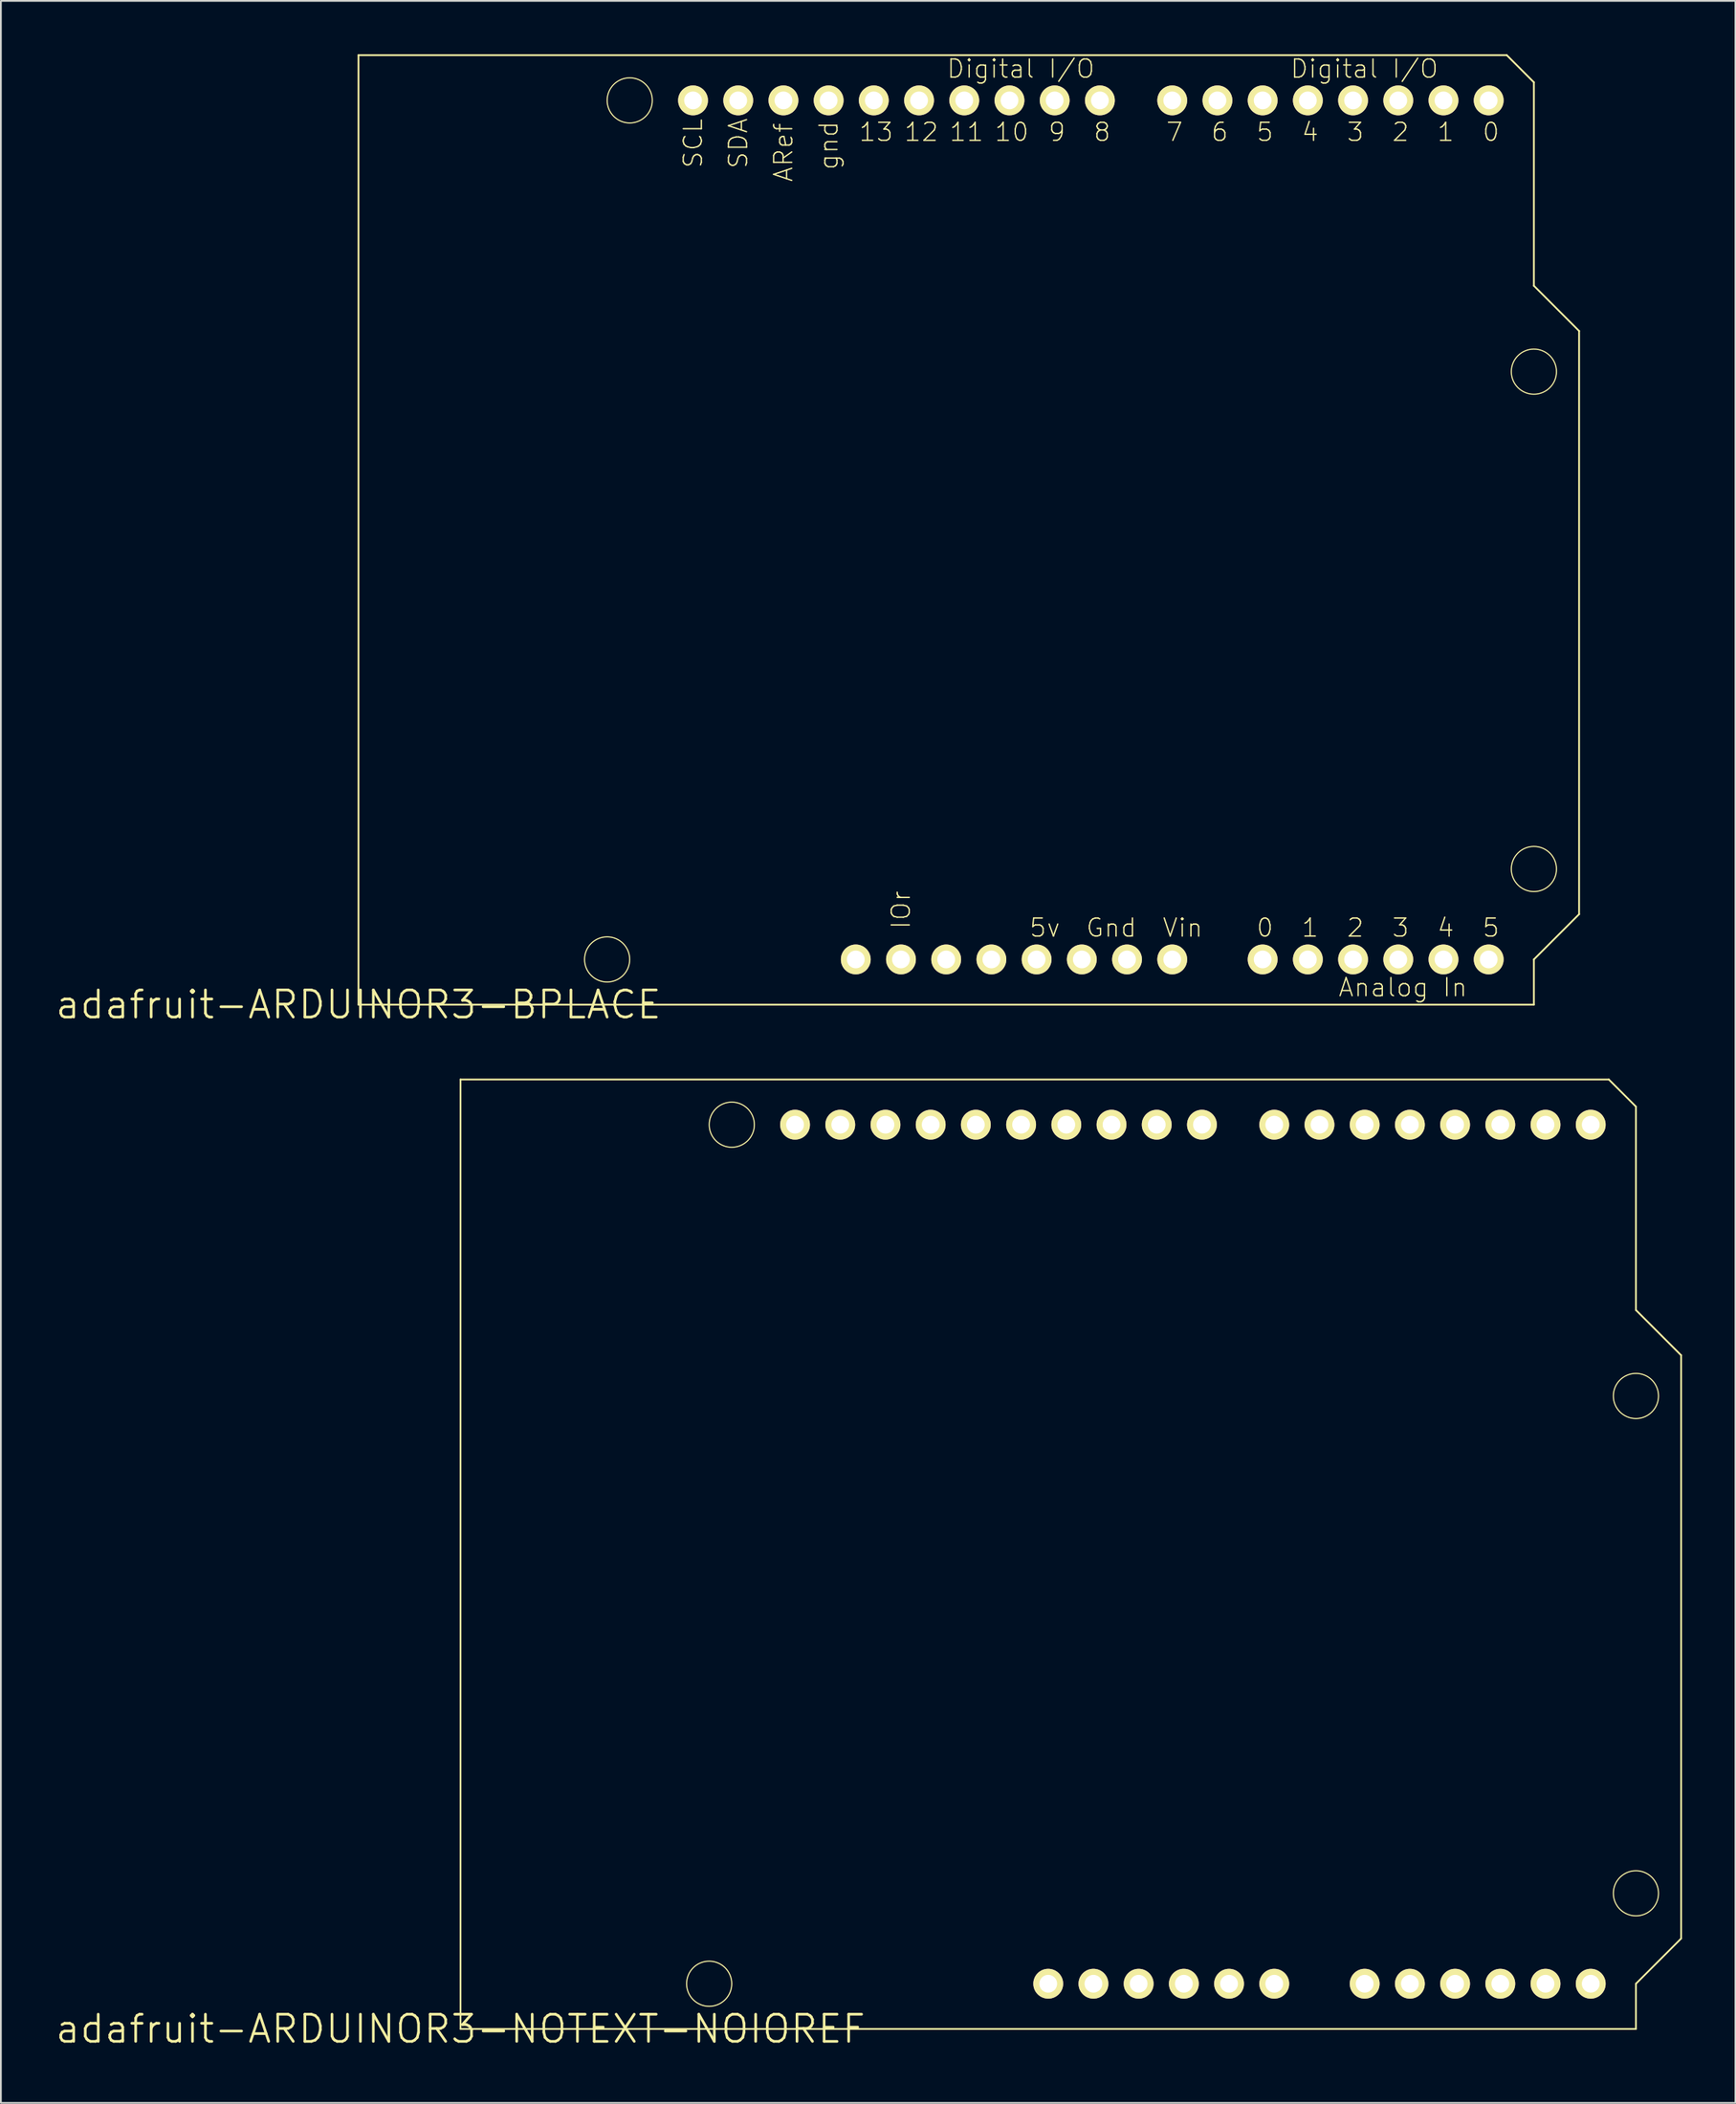
<source format=kicad_pcb>
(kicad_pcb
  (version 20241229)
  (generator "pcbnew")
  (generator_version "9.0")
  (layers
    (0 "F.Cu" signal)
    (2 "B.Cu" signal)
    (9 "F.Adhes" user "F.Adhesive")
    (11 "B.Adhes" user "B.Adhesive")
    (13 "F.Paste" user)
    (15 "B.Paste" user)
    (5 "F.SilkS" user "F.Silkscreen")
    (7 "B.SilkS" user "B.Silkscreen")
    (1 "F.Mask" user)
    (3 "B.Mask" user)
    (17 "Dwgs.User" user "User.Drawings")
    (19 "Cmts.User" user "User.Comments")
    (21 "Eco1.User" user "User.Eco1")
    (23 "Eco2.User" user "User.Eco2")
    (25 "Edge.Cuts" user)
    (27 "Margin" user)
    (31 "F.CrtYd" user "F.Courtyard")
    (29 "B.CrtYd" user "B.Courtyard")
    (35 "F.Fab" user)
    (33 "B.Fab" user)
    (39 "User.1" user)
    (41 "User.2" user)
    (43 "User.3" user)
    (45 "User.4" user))
  (footprint "adafruit-ARDUINOR3-BPLACE"
    (layer "F.Cu")
    (at 17.091 53.39)
    (property "Reference" "adafruit-ARDUINOR3-BPLACE" (at 0 0 0) (layer "F.SilkS") (effects (font (size 1.524 1.524) (thickness 0.15))))
    (attr exclude_from_pos_files exclude_from_bom)
    (fp_line (start 0 -53.34) (end 0 0) (stroke (width 0.1) (type solid)) (layer "F.SilkS"))
    (fp_line (start 0 0) (end 66.04 0) (stroke (width 0.1) (type solid)) (layer "F.SilkS"))
    (fp_line (start 64.516 -53.34) (end 0 -53.34) (stroke (width 0.1) (type solid)) (layer "F.SilkS"))
    (fp_line (start 66.04 -51.816) (end 64.516 -53.34) (stroke (width 0.1) (type solid)) (layer "F.SilkS"))
    (fp_line (start 66.04 -40.386) (end 66.04 -51.816) (stroke (width 0.1) (type solid)) (layer "F.SilkS"))
    (fp_line (start 66.04 -2.54) (end 68.58 -5.08) (stroke (width 0.1) (type solid)) (layer "F.SilkS"))
    (fp_line (start 66.04 0) (end 66.04 -2.54) (stroke (width 0.1) (type solid)) (layer "F.SilkS"))
    (fp_line (start 68.58 -37.846) (end 66.04 -40.386) (stroke (width 0.1) (type solid)) (layer "F.SilkS"))
    (fp_line (start 68.58 -5.08) (end 68.58 -37.846) (stroke (width 0.1) (type solid)) (layer "F.SilkS"))
    (fp_circle (center 13.97 -2.54) (end 14.867 -3.437) (stroke (width 0.064) (type solid)) (fill no) (layer "F.SilkS"))
    (fp_circle (center 15.24 -50.8) (end 16.137 -51.697) (stroke (width 0.064) (type solid)) (fill no) (layer "F.SilkS"))
    (fp_circle (center 66.04 -35.56) (end 66.937 -36.457) (stroke (width 0.064) (type solid)) (fill no) (layer "F.SilkS"))
    (fp_circle (center 66.04 -7.62) (end 66.937 -8.517) (stroke (width 0.064) (type solid)) (fill no) (layer "F.SilkS"))
    (fp_text user "4" (at 53.467 -49.022 180) (layer "F.SilkS") (effects (font (size 1.016 1.016) (thickness 0.076))))
    (fp_text user "8" (at 41.783 -49.022 180) (layer "F.SilkS") (effects (font (size 1.016 1.016) (thickness 0.076))))
    (fp_text user "4" (at 61.084 -4.318 0) (layer "F.SilkS") (effects (font (size 1.016 1.016) (thickness 0.076))))
    (fp_text user "3" (at 58.547 -4.318 0) (layer "F.SilkS") (effects (font (size 1.016 1.016) (thickness 0.076))))
    (fp_text user "SCL" (at 18.796 -48.387 270) (layer "F.SilkS") (effects (font (size 1.016 1.016) (thickness 0.076))))
    (fp_text user "SDA" (at 21.336 -48.387 270) (layer "F.SilkS") (effects (font (size 1.016 1.016) (thickness 0.076))))
    (fp_text user "13" (at 29.083 -49.022 180) (layer "F.SilkS") (effects (font (size 1.016 1.016) (thickness 0.076))))
    (fp_text user "Analog In" (at 58.682 -0.97 0) (layer "F.SilkS") (effects (font (size 1.016 1.016) (thickness 0.076))))
    (fp_text user "Gnd" (at 42.299 -4.318 0) (layer "F.SilkS") (effects (font (size 1.016 1.016) (thickness 0.076))))
    (fp_text user "6" (at 48.387 -49.022 180) (layer "F.SilkS") (effects (font (size 1.016 1.016) (thickness 0.076))))
    (fp_text user "12" (at 31.623 -49.022 180) (layer "F.SilkS") (effects (font (size 1.016 1.016) (thickness 0.076))))
    (fp_text user "2" (at 56.007 -4.318 0) (layer "F.SilkS") (effects (font (size 1.016 1.016) (thickness 0.076))))
    (fp_text user "0" (at 63.627 -49.022 180) (layer "F.SilkS") (effects (font (size 1.016 1.016) (thickness 0.076))))
    (fp_text user "gnd" (at 26.416 -48.26 270) (layer "F.SilkS") (effects (font (size 1.016 1.016) (thickness 0.076))))
    (fp_text user "9" (at 39.243 -49.022 180) (layer "F.SilkS") (effects (font (size 1.016 1.016) (thickness 0.076))))
    (fp_text user "3" (at 56.007 -49.022 180) (layer "F.SilkS") (effects (font (size 1.016 1.016) (thickness 0.076))))
    (fp_text user "5" (at 50.927 -49.022 180) (layer "F.SilkS") (effects (font (size 1.016 1.016) (thickness 0.076))))
    (fp_text user "Digital I/O" (at 37.211 -52.578 0) (layer "F.SilkS") (effects (font (size 1.016 1.016) (thickness 0.076))))
    (fp_text user "11" (at 34.163 -49.022 180) (layer "F.SilkS") (effects (font (size 1.016 1.016) (thickness 0.076))))
    (fp_text user "Vin" (at 46.309 -4.318 0) (layer "F.SilkS") (effects (font (size 1.016 1.016) (thickness 0.076))))
    (fp_text user "ARef" (at 23.876 -47.879 270) (layer "F.SilkS") (effects (font (size 1.016 1.016) (thickness 0.076))))
    (fp_text user "5v" (at 38.562 -4.318 0) (layer "F.SilkS") (effects (font (size 1.016 1.016) (thickness 0.076))))
    (fp_text user "5" (at 63.627 -4.318 0) (layer "F.SilkS") (effects (font (size 1.016 1.016) (thickness 0.076))))
    (fp_text user "0" (at 50.927 -4.318 0) (layer "F.SilkS") (effects (font (size 1.016 1.016) (thickness 0.076))))
    (fp_text user "1" (at 53.467 -4.318 0) (layer "F.SilkS") (effects (font (size 1.016 1.016) (thickness 0.076))))
    (fp_text user "IOr" (at 30.48 -5.324 90) (layer "F.SilkS") (effects (font (size 1.016 1.016) (thickness 0.076))))
    (fp_text user "10" (at 36.703 -49.022 180) (layer "F.SilkS") (effects (font (size 1.016 1.016) (thickness 0.076))))
    (fp_text user "7" (at 45.847 -49.022 180) (layer "F.SilkS") (effects (font (size 1.016 1.016) (thickness 0.076))))
    (fp_text user "Digital I/O" (at 56.515 -52.578 0) (layer "F.SilkS") (effects (font (size 1.016 1.016) (thickness 0.076))))
    (fp_text user "2" (at 58.547 -49.022 180) (layer "F.SilkS") (effects (font (size 1.016 1.016) (thickness 0.076))))
    (fp_text user "1" (at 61.084 -49.022 180) (layer "F.SilkS") (effects (font (size 1.016 1.016) (thickness 0.076))))
    (pad "3V" thru_hole circle (at 35.56 -2.54) (size 1.676 1.676) (drill 0.998) (layers "*.Cu" "F.Mask" "F.SilkS" "F.Paste"))
    (pad "5V" thru_hole circle (at 38.1 -2.54) (size 1.676 1.676) (drill 0.998) (layers "*.Cu" "F.Mask" "F.SilkS" "F.Paste"))
    (pad "A0" thru_hole circle (at 50.8 -2.54) (size 1.676 1.676) (drill 0.998) (layers "*.Cu" "F.Mask" "F.SilkS" "F.Paste"))
    (pad "A1" thru_hole circle (at 53.34 -2.54) (size 1.676 1.676) (drill 0.998) (layers "*.Cu" "F.Mask" "F.SilkS" "F.Paste"))
    (pad "A2" thru_hole circle (at 55.88 -2.54) (size 1.676 1.676) (drill 0.998) (layers "*.Cu" "F.Mask" "F.SilkS" "F.Paste"))
    (pad "A3" thru_hole circle (at 58.42 -2.54) (size 1.676 1.676) (drill 0.998) (layers "*.Cu" "F.Mask" "F.SilkS" "F.Paste"))
    (pad "A4" thru_hole circle (at 60.96 -2.54) (size 1.676 1.676) (drill 0.998) (layers "*.Cu" "F.Mask" "F.SilkS" "F.Paste"))
    (pad "A5" thru_hole circle (at 63.5 -2.54) (size 1.676 1.676) (drill 0.998) (layers "*.Cu" "F.Mask" "F.SilkS" "F.Paste"))
    (pad "AREF" thru_hole circle (at 23.876 -50.8) (size 1.676 1.676) (drill 0.998) (layers "*.Cu" "F.Mask" "F.SilkS" "F.Paste"))
    (pad "D0" thru_hole circle (at 63.5 -50.8) (size 1.676 1.676) (drill 0.998) (layers "*.Cu" "F.Mask" "F.SilkS" "F.Paste"))
    (pad "D1" thru_hole circle (at 60.96 -50.8) (size 1.676 1.676) (drill 0.998) (layers "*.Cu" "F.Mask" "F.SilkS" "F.Paste"))
    (pad "D2" thru_hole circle (at 58.42 -50.8) (size 1.676 1.676) (drill 0.998) (layers "*.Cu" "F.Mask" "F.SilkS" "F.Paste"))
    (pad "D3" thru_hole circle (at 55.88 -50.8) (size 1.676 1.676) (drill 0.998) (layers "*.Cu" "F.Mask" "F.SilkS" "F.Paste"))
    (pad "D4" thru_hole circle (at 53.34 -50.8) (size 1.676 1.676) (drill 0.998) (layers "*.Cu" "F.Mask" "F.SilkS" "F.Paste"))
    (pad "D5" thru_hole circle (at 50.8 -50.8) (size 1.676 1.676) (drill 0.998) (layers "*.Cu" "F.Mask" "F.SilkS" "F.Paste"))
    (pad "D6" thru_hole circle (at 48.26 -50.8) (size 1.676 1.676) (drill 0.998) (layers "*.Cu" "F.Mask" "F.SilkS" "F.Paste"))
    (pad "D7" thru_hole circle (at 45.72 -50.8) (size 1.676 1.676) (drill 0.998) (layers "*.Cu" "F.Mask" "F.SilkS" "F.Paste"))
    (pad "D8" thru_hole circle (at 41.656 -50.8) (size 1.676 1.676) (drill 0.998) (layers "*.Cu" "F.Mask" "F.SilkS" "F.Paste"))
    (pad "D9" thru_hole circle (at 39.116 -50.8) (size 1.676 1.676) (drill 0.998) (layers "*.Cu" "F.Mask" "F.SilkS" "F.Paste"))
    (pad "D10" thru_hole circle (at 36.576 -50.8) (size 1.676 1.676) (drill 0.998) (layers "*.Cu" "F.Mask" "F.SilkS" "F.Paste"))
    (pad "D11" thru_hole circle (at 34.036 -50.8) (size 1.676 1.676) (drill 0.998) (layers "*.Cu" "F.Mask" "F.SilkS" "F.Paste"))
    (pad "D12" thru_hole circle (at 31.496 -50.8) (size 1.676 1.676) (drill 0.998) (layers "*.Cu" "F.Mask" "F.SilkS" "F.Paste"))
    (pad "D13" thru_hole circle (at 28.953 -50.8) (size 1.676 1.676) (drill 0.998) (layers "*.Cu" "F.Mask" "F.SilkS" "F.Paste"))
    (pad "GND" thru_hole circle (at 26.416 -50.8) (size 1.676 1.676) (drill 0.998) (layers "*.Cu" "F.Mask" "F.SilkS" "F.Paste"))
    (pad "GND1" thru_hole circle (at 43.18 -2.54) (size 1.676 1.676) (drill 0.998) (layers "*.Cu" "F.Mask" "F.SilkS" "F.Paste"))
    (pad "GND2" thru_hole circle (at 40.64 -2.54) (size 1.676 1.676) (drill 0.998) (layers "*.Cu" "F.Mask" "F.SilkS" "F.Paste"))
    (pad "IORE" thru_hole circle (at 30.48 -2.54) (size 1.676 1.676) (drill 0.998) (layers "*.Cu" "F.Mask" "F.SilkS" "F.Paste"))
    (pad "RESE" thru_hole circle (at 27.94 -2.54) (size 1.676 1.676) (drill 0.998) (layers "*.Cu" "F.Mask" "F.SilkS" "F.Paste"))
    (pad "RESE" thru_hole circle (at 33.02 -2.54) (size 1.676 1.676) (drill 0.998) (layers "*.Cu" "F.Mask" "F.SilkS" "F.Paste"))
    (pad "SCL" thru_hole circle (at 18.796 -50.8) (size 1.676 1.676) (drill 0.998) (layers "*.Cu" "F.Mask" "F.SilkS" "F.Paste"))
    (pad "SDA" thru_hole circle (at 21.336 -50.8) (size 1.676 1.676) (drill 0.998) (layers "*.Cu" "F.Mask" "F.SilkS" "F.Paste"))
    (pad "VIN" thru_hole circle (at 45.72 -2.54) (size 1.676 1.676) (drill 0.998) (layers "*.Cu" "F.Mask" "F.SilkS" "F.Paste")))
  (footprint "adafruit-ARDUINOR3-NOTEXT-NOIOREF"
    (layer "F.Cu")
    (at 22.824 110.935)
    (property "Reference" "adafruit-ARDUINOR3-NOTEXT-NOIOREF" (at 0 0 0) (layer "F.SilkS") (effects (font (size 1.524 1.524) (thickness 0.15))))
    (attr exclude_from_pos_files exclude_from_bom)
    (fp_line (start 0 -53.34) (end 0 0) (stroke (width 0.1) (type solid)) (layer "F.SilkS"))
    (fp_line (start 0 0) (end 66.04 0) (stroke (width 0.1) (type solid)) (layer "F.SilkS"))
    (fp_line (start 64.516 -53.34) (end 0 -53.34) (stroke (width 0.1) (type solid)) (layer "F.SilkS"))
    (fp_line (start 66.04 -51.816) (end 64.516 -53.34) (stroke (width 0.1) (type solid)) (layer "F.SilkS"))
    (fp_line (start 66.04 -40.386) (end 66.04 -51.816) (stroke (width 0.1) (type solid)) (layer "F.SilkS"))
    (fp_line (start 66.04 -2.54) (end 68.58 -5.08) (stroke (width 0.1) (type solid)) (layer "F.SilkS"))
    (fp_line (start 66.04 0) (end 66.04 -2.54) (stroke (width 0.1) (type solid)) (layer "F.SilkS"))
    (fp_line (start 68.58 -37.846) (end 66.04 -40.386) (stroke (width 0.1) (type solid)) (layer "F.SilkS"))
    (fp_line (start 68.58 -5.08) (end 68.58 -37.846) (stroke (width 0.1) (type solid)) (layer "F.SilkS"))
    (fp_circle (center 13.97 -2.54) (end 14.867 -3.437) (stroke (width 0.064) (type solid)) (fill no) (layer "F.SilkS"))
    (fp_circle (center 15.24 -50.8) (end 16.137 -51.697) (stroke (width 0.064) (type solid)) (fill no) (layer "F.SilkS"))
    (fp_circle (center 66.04 -35.56) (end 66.937 -36.457) (stroke (width 0.064) (type solid)) (fill no) (layer "F.SilkS"))
    (fp_circle (center 66.04 -7.62) (end 66.937 -8.517) (stroke (width 0.064) (type solid)) (fill no) (layer "F.SilkS"))
    (pad "3V" thru_hole circle (at 35.56 -2.54) (size 1.676 1.676) (drill 0.998) (layers "*.Cu" "F.Mask" "F.SilkS" "F.Paste"))
    (pad "5V" thru_hole circle (at 38.1 -2.54) (size 1.676 1.676) (drill 0.998) (layers "*.Cu" "F.Mask" "F.SilkS" "F.Paste"))
    (pad "A0" thru_hole circle (at 50.8 -2.54) (size 1.676 1.676) (drill 0.998) (layers "*.Cu" "F.Mask" "F.SilkS" "F.Paste"))
    (pad "A1" thru_hole circle (at 53.34 -2.54) (size 1.676 1.676) (drill 0.998) (layers "*.Cu" "F.Mask" "F.SilkS" "F.Paste"))
    (pad "A2" thru_hole circle (at 55.88 -2.54) (size 1.676 1.676) (drill 0.998) (layers "*.Cu" "F.Mask" "F.SilkS" "F.Paste"))
    (pad "A3" thru_hole circle (at 58.42 -2.54) (size 1.676 1.676) (drill 0.998) (layers "*.Cu" "F.Mask" "F.SilkS" "F.Paste"))
    (pad "A4" thru_hole circle (at 60.96 -2.54) (size 1.676 1.676) (drill 0.998) (layers "*.Cu" "F.Mask" "F.SilkS" "F.Paste"))
    (pad "A5" thru_hole circle (at 63.5 -2.54) (size 1.676 1.676) (drill 0.998) (layers "*.Cu" "F.Mask" "F.SilkS" "F.Paste"))
    (pad "AREF" thru_hole circle (at 23.876 -50.8) (size 1.676 1.676) (drill 0.998) (layers "*.Cu" "F.Mask" "F.SilkS" "F.Paste"))
    (pad "D0" thru_hole circle (at 63.5 -50.8) (size 1.676 1.676) (drill 0.998) (layers "*.Cu" "F.Mask" "F.SilkS" "F.Paste"))
    (pad "D1" thru_hole circle (at 60.96 -50.8) (size 1.676 1.676) (drill 0.998) (layers "*.Cu" "F.Mask" "F.SilkS" "F.Paste"))
    (pad "D2" thru_hole circle (at 58.42 -50.8) (size 1.676 1.676) (drill 0.998) (layers "*.Cu" "F.Mask" "F.SilkS" "F.Paste"))
    (pad "D3" thru_hole circle (at 55.88 -50.8) (size 1.676 1.676) (drill 0.998) (layers "*.Cu" "F.Mask" "F.SilkS" "F.Paste"))
    (pad "D4" thru_hole circle (at 53.34 -50.8) (size 1.676 1.676) (drill 0.998) (layers "*.Cu" "F.Mask" "F.SilkS" "F.Paste"))
    (pad "D5" thru_hole circle (at 50.8 -50.8) (size 1.676 1.676) (drill 0.998) (layers "*.Cu" "F.Mask" "F.SilkS" "F.Paste"))
    (pad "D6" thru_hole circle (at 48.26 -50.8) (size 1.676 1.676) (drill 0.998) (layers "*.Cu" "F.Mask" "F.SilkS" "F.Paste"))
    (pad "D7" thru_hole circle (at 45.72 -50.8) (size 1.676 1.676) (drill 0.998) (layers "*.Cu" "F.Mask" "F.SilkS" "F.Paste"))
    (pad "D8" thru_hole circle (at 41.656 -50.8) (size 1.676 1.676) (drill 0.998) (layers "*.Cu" "F.Mask" "F.SilkS" "F.Paste"))
    (pad "D9" thru_hole circle (at 39.116 -50.8) (size 1.676 1.676) (drill 0.998) (layers "*.Cu" "F.Mask" "F.SilkS" "F.Paste"))
    (pad "D10" thru_hole circle (at 36.576 -50.8) (size 1.676 1.676) (drill 0.998) (layers "*.Cu" "F.Mask" "F.SilkS" "F.Paste"))
    (pad "D11" thru_hole circle (at 34.036 -50.8) (size 1.676 1.676) (drill 0.998) (layers "*.Cu" "F.Mask" "F.SilkS" "F.Paste"))
    (pad "D12" thru_hole circle (at 31.496 -50.8) (size 1.676 1.676) (drill 0.998) (layers "*.Cu" "F.Mask" "F.SilkS" "F.Paste"))
    (pad "D13" thru_hole circle (at 28.953 -50.8) (size 1.676 1.676) (drill 0.998) (layers "*.Cu" "F.Mask" "F.SilkS" "F.Paste"))
    (pad "GND" thru_hole circle (at 26.416 -50.8) (size 1.676 1.676) (drill 0.998) (layers "*.Cu" "F.Mask" "F.SilkS" "F.Paste"))
    (pad "GND1" thru_hole circle (at 43.18 -2.54) (size 1.676 1.676) (drill 0.998) (layers "*.Cu" "F.Mask" "F.SilkS" "F.Paste"))
    (pad "GND2" thru_hole circle (at 40.64 -2.54) (size 1.676 1.676) (drill 0.998) (layers "*.Cu" "F.Mask" "F.SilkS" "F.Paste"))
    (pad "RESE" thru_hole circle (at 33.02 -2.54) (size 1.676 1.676) (drill 0.998) (layers "*.Cu" "F.Mask" "F.SilkS" "F.Paste"))
    (pad "SCL" thru_hole circle (at 18.796 -50.8) (size 1.676 1.676) (drill 0.998) (layers "*.Cu" "F.Mask" "F.SilkS" "F.Paste"))
    (pad "SDA" thru_hole circle (at 21.336 -50.8) (size 1.676 1.676) (drill 0.998) (layers "*.Cu" "F.Mask" "F.SilkS" "F.Paste"))
    (pad "VIN" thru_hole circle (at 45.72 -2.54) (size 1.676 1.676) (drill 0.998) (layers "*.Cu" "F.Mask" "F.SilkS" "F.Paste")))
  (gr_rect
    (start -3 -3)
    (end 94.454 115.09)
    (stroke (width 0.1) (type default))
    (fill no)
    (layer "Edge.Cuts")))
</source>
